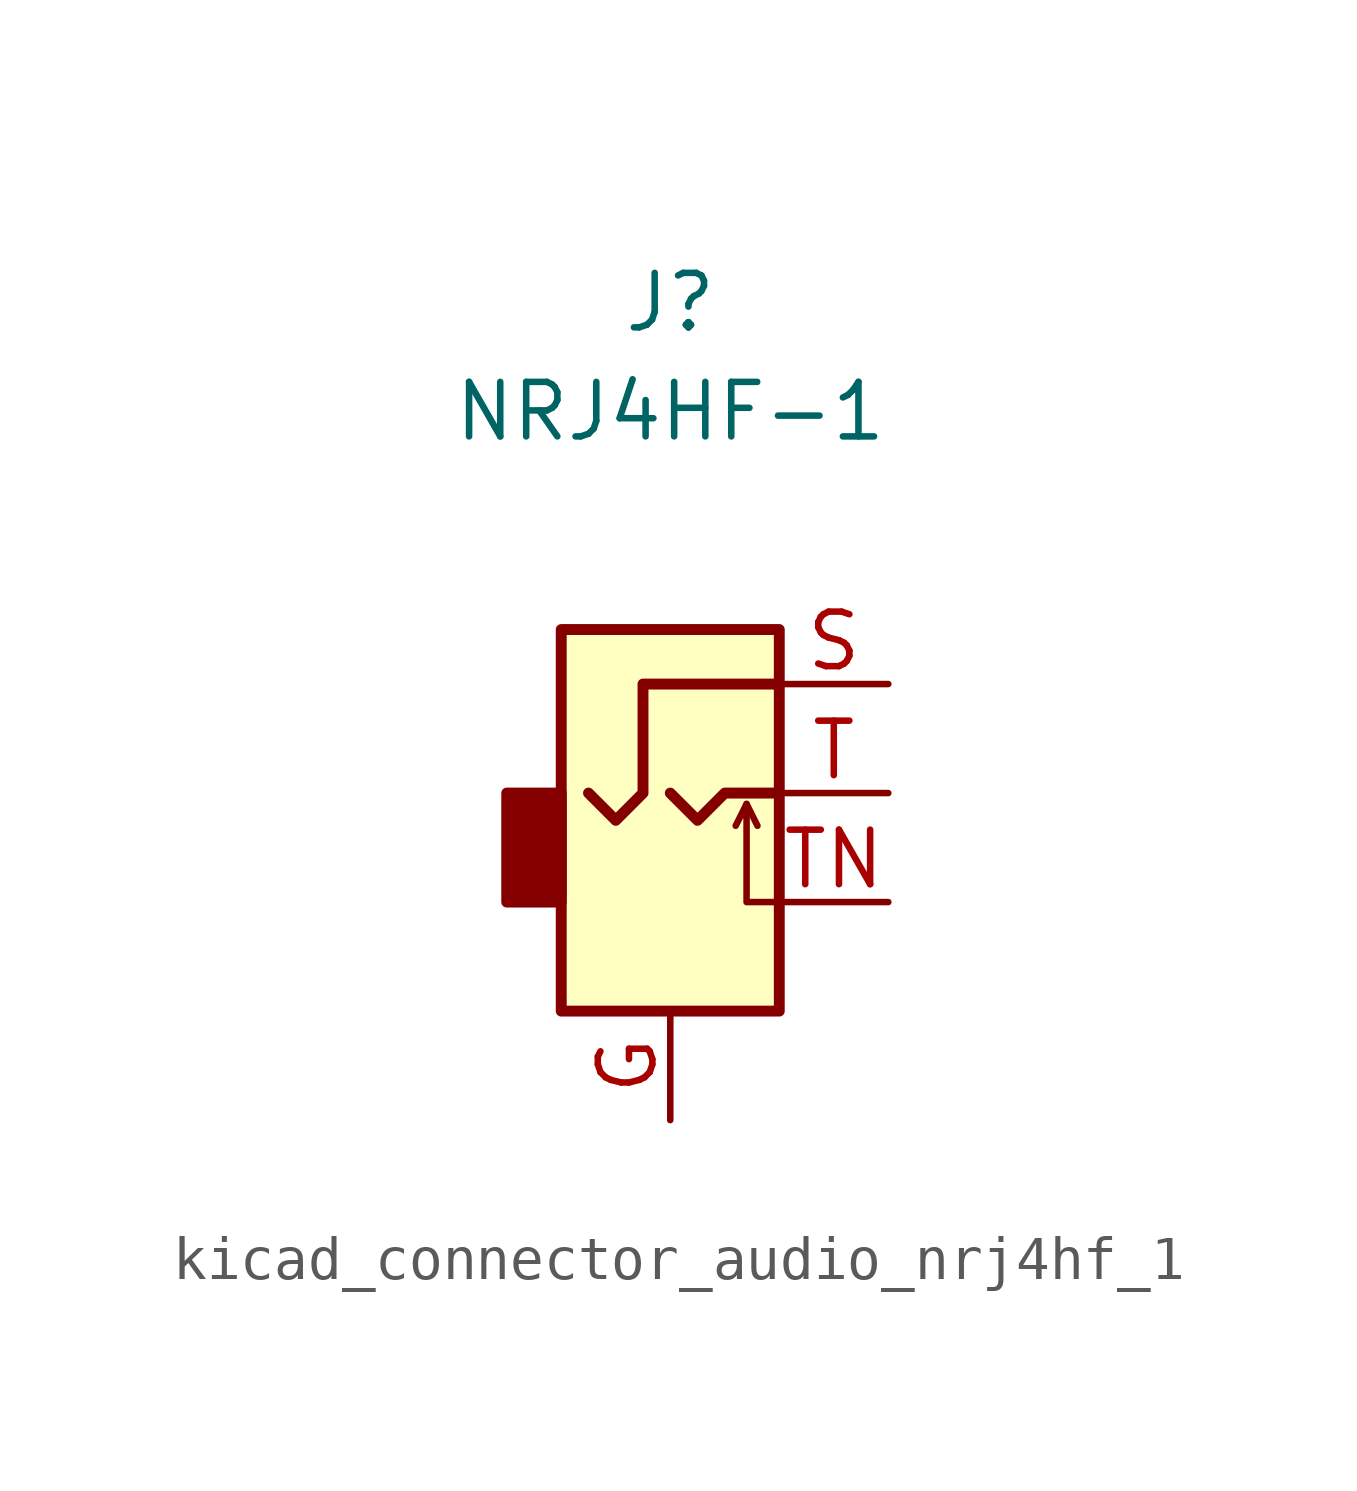
<source format=kicad_sym>
(kicad_symbol_lib
  (version 20220914)
  (generator kicad_symbol_editor)
  (symbol "kicad_connector_audio_nrj4hf_1"
    (property "Reference" "J"
      (at 0 11.43 0)
      (effects (font (size 1.27 1.27))))
    (property "Value" "NRJ4HF-1"
      (at 0 8.89 0)
      (effects (font (size 1.27 1.27))))
    (symbol "kicad_connector_audio_nrj4hf_1_0_1"
      (rectangle (start -2.54 0) (end -3.81 -2.54) (stroke (width 0.254) (type default)) (fill (type outline)))
      (polyline (pts (xy 1.778 -0.254) (xy 2.032 -0.762)) (stroke (width 0) (type default)) (fill (type none)))
      (polyline (pts (xy 0 0) (xy 0.635 -0.635) (xy 1.27 0) (xy 2.54 0)) (stroke (width 0.254) (type default)) (fill (type none)))
      (polyline (pts (xy 2.54 -2.54) (xy 1.778 -2.54) (xy 1.778 -0.254) (xy 1.524 -0.762)) (stroke (width 0) (type default)) (fill (type none)))
      (polyline (pts (xy 2.54 2.54) (xy -0.635 2.54) (xy -0.635 0) (xy -1.27 -0.635) (xy -1.905 0)) (stroke (width 0.254) (type default)) (fill (type none)))
      (rectangle (start 2.54 3.81) (end -2.54 -5.08) (stroke (width 0.254) (type default)) (fill (type background))))
    (symbol "kicad_connector_audio_nrj4hf_1_1_1"
      (pin passive line (at 0 -7.62 90) (length 2.54) (name "~" (effects (font (size 1.27 1.27)))) (number "G" (effects (font (size 1.27 1.27)))))
      (pin passive line (at 5.08 2.54 180) (length 2.54) (name "~" (effects (font (size 1.27 1.27)))) (number "S" (effects (font (size 1.27 1.27)))))
      (pin passive line (at 5.08 0 180) (length 2.54) (name "~" (effects (font (size 1.27 1.27)))) (number "T" (effects (font (size 1.27 1.27)))))
      (pin passive line (at 5.08 -2.54 180) (length 2.54) (name "~" (effects (font (size 1.27 1.27)))) (number "TN" (effects (font (size 1.27 1.27))))))))
</source>
